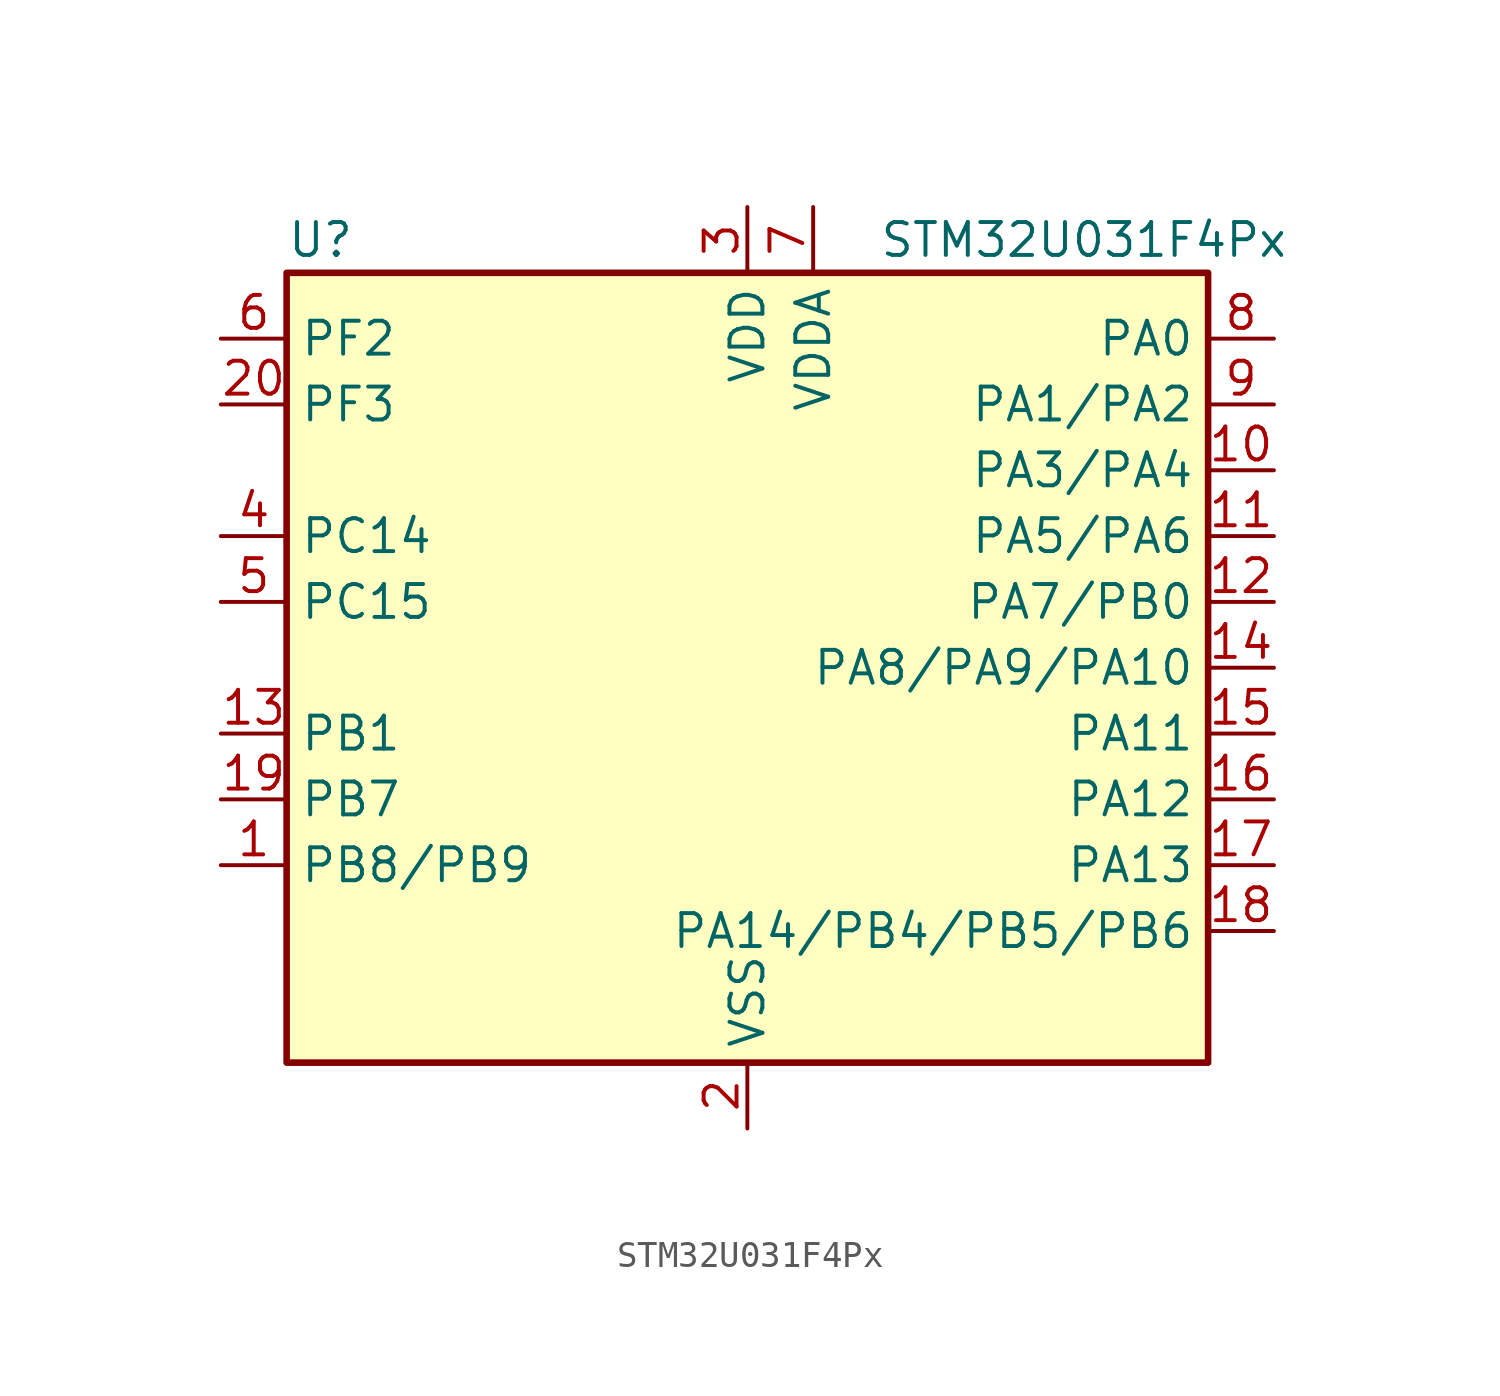
<source format=kicad_sym>
(kicad_symbol_lib
  (version 20231120)
  (generator "kicad_symbol_editor")
  (generator_version "8.99")
  (symbol "STM32U031F4Px"
    (property "Reference" "U"
      (at -17.78 16.51 0)
      (effects (font (size 1.27 1.27)) (justify left)))
    (property "Value" "STM32U031F4Px"
      (at 5.08 16.51 0)
      (effects (font (size 1.27 1.27)) (justify left)))
    (property "ki_locked" ""
      (at 0 0 0)
      (effects (font (size 1.27 1.27))))
    (symbol "STM32U031F4Px_0_1"
      (rectangle (start -17.78 -15.24) (end 17.78 15.24) (stroke (width 0.254) (type default)) (fill (type background))))
    (symbol "STM32U031F4Px_1_1"
      (pin bidirectional line (at -20.32 -7.62 0) (length 2.54) (name "PB8/PB9" (effects (font (size 1.27 1.27)))) (number "1" (effects (font (size 1.27 1.27)))) (alternate "I2C1_SCL" bidirectional line) (alternate "I2C2_SCL" bidirectional line) (alternate "LPTIM1_IN2" bidirectional line) (alternate "TIM16_CH1" bidirectional line) (alternate "USART3_TX" bidirectional line))
      (pin bidirectional line (at 20.32 7.62 180) (length 2.54) (name "PA3/PA4" (effects (font (size 1.27 1.27)))) (number "10" (effects (font (size 1.27 1.27)))) (alternate "ADC1_IN7" bidirectional line) (alternate "LPUART1_RX" bidirectional line) (alternate "OPAMP1_VOUT" bidirectional line) (alternate "TIM15_CH2" bidirectional line) (alternate "TIM2_CH4" bidirectional line) (alternate "USART2_RX" bidirectional line))
      (pin bidirectional line (at 20.32 5.08 180) (length 2.54) (name "PA5/PA6" (effects (font (size 1.27 1.27)))) (number "11" (effects (font (size 1.27 1.27)))) (alternate "ADC1_IN9" bidirectional line) (alternate "COMP1_INM" bidirectional line) (alternate "LPTIM2_ETR" bidirectional line) (alternate "SPI1_SCK" bidirectional line) (alternate "TIM2_CH1" bidirectional line) (alternate "TIM2_ETR" bidirectional line) (alternate "USART3_TX" bidirectional line))
      (pin bidirectional line (at 20.32 2.54 180) (length 2.54) (name "PA7/PB0" (effects (font (size 1.27 1.27)))) (number "12" (effects (font (size 1.27 1.27)))) (alternate "ADC1_IN14" bidirectional line) (alternate "I2C2_SCL" bidirectional line) (alternate "I2C3_SCL" bidirectional line) (alternate "LPTIM2_CH2" bidirectional line) (alternate "SPI1_MOSI" bidirectional line) (alternate "TIM1_CH1N" bidirectional line) (alternate "TIM3_CH2" bidirectional line) (alternate "USART3_RX" bidirectional line))
      (pin bidirectional line (at -20.32 -2.54 0) (length 2.54) (name "PB1" (effects (font (size 1.27 1.27)))) (number "13" (effects (font (size 1.27 1.27)))) (alternate "ADC1_IN18" bidirectional line) (alternate "COMP1_INM" bidirectional line) (alternate "LPTIM2_IN1" bidirectional line) (alternate "LPUART1_DE" bidirectional line) (alternate "LPUART1_RTS" bidirectional line) (alternate "LPUART2_DE" bidirectional line) (alternate "LPUART2_RTS" bidirectional line) (alternate "TIM1_CH3N" bidirectional line) (alternate "TIM3_CH4" bidirectional line) (alternate "TSC_SYNC" bidirectional line) (alternate "USART3_DE" bidirectional line) (alternate "USART3_RTS" bidirectional line))
      (pin bidirectional line (at 20.32 0 180) (length 2.54) (name "PA8/PA9/PA10" (effects (font (size 1.27 1.27)))) (number "14" (effects (font (size 1.27 1.27)))) (alternate "LPTIM2_CH1" bidirectional line) (alternate "RCC_MCO" bidirectional line) (alternate "RCC_MCO2" bidirectional line) (alternate "TIM1_CH1" bidirectional line) (alternate "TSC_G7_IO1" bidirectional line) (alternate "USART1_CK" bidirectional line))
      (pin bidirectional line (at 20.32 -2.54 180) (length 2.54) (name "PA11" (effects (font (size 1.27 1.27)))) (number "15" (effects (font (size 1.27 1.27)))) (alternate "ADC1_EXTI11" bidirectional line) (alternate "COMP1_OUT" bidirectional line) (alternate "SPI1_MISO" bidirectional line) (alternate "SPI2_MISO" bidirectional line) (alternate "TIM1_BKIN2" bidirectional line) (alternate "TIM1_CH4" bidirectional line) (alternate "USART1_CTS" bidirectional line))
      (pin bidirectional line (at 20.32 -5.08 180) (length 2.54) (name "PA12" (effects (font (size 1.27 1.27)))) (number "16" (effects (font (size 1.27 1.27)))) (alternate "SPI1_MOSI" bidirectional line) (alternate "SPI2_MOSI" bidirectional line) (alternate "TIM1_ETR" bidirectional line) (alternate "USART1_DE" bidirectional line) (alternate "USART1_RTS" bidirectional line))
      (pin bidirectional line (at 20.32 -7.62 180) (length 2.54) (name "PA13" (effects (font (size 1.27 1.27)))) (number "17" (effects (font (size 1.27 1.27)))) (alternate "DEBUG_JTMS-SWDIO" bidirectional line) (alternate "IR_OUT" bidirectional line) (alternate "TSC_G7_IO4" bidirectional line))
      (pin bidirectional line (at 20.32 -10.16 180) (length 2.54) (name "PA14/PB4/PB5/PB6" (effects (font (size 1.27 1.27)))) (number "18" (effects (font (size 1.27 1.27)))) (alternate "DEBUG_JTCK-SWCLK" bidirectional line) (alternate "LPTIM1_CH1" bidirectional line) (alternate "TSC_G3_IO4" bidirectional line))
      (pin bidirectional line (at -20.32 -5.08 0) (length 2.54) (name "PB7" (effects (font (size 1.27 1.27)))) (number "19" (effects (font (size 1.27 1.27)))) (alternate "I2C1_SDA" bidirectional line) (alternate "I2C2_SDA" bidirectional line) (alternate "LPTIM1_IN2" bidirectional line) (alternate "LPUART2_RX" bidirectional line) (alternate "TSC_G2_IO4" bidirectional line) (alternate "USART1_RX" bidirectional line) (alternate "USART4_CTS" bidirectional line))
      (pin power_in line (at 0 -17.78 90) (length 2.54) (name "VSS" (effects (font (size 1.27 1.27)))) (number "2" (effects (font (size 1.27 1.27)))))
      (pin bidirectional line (at -20.32 10.16 0) (length 2.54) (name "PF3" (effects (font (size 1.27 1.27)))) (number "20" (effects (font (size 1.27 1.27)))))
      (pin power_in line (at 0 17.78 270) (length 2.54) (name "VDD" (effects (font (size 1.27 1.27)))) (number "3" (effects (font (size 1.27 1.27)))))
      (pin bidirectional line (at -20.32 5.08 0) (length 2.54) (name "PC14" (effects (font (size 1.27 1.27)))) (number "4" (effects (font (size 1.27 1.27)))) (alternate "RCC_OSC32_IN" bidirectional line))
      (pin bidirectional line (at -20.32 2.54 0) (length 2.54) (name "PC15" (effects (font (size 1.27 1.27)))) (number "5" (effects (font (size 1.27 1.27)))) (alternate "RCC_OSC32_EN" bidirectional line) (alternate "RCC_OSC32_OUT" bidirectional line) (alternate "RCC_OSC_EN" bidirectional line))
      (pin bidirectional line (at -20.32 12.7 0) (length 2.54) (name "PF2" (effects (font (size 1.27 1.27)))) (number "6" (effects (font (size 1.27 1.27)))) (alternate "RCC_MCO" bidirectional line))
      (pin power_in line (at 2.54 17.78 270) (length 2.54) (name "VDDA" (effects (font (size 1.27 1.27)))) (number "7" (effects (font (size 1.27 1.27)))))
      (pin bidirectional line (at 20.32 12.7 180) (length 2.54) (name "PA0" (effects (font (size 1.27 1.27)))) (number "8" (effects (font (size 1.27 1.27)))) (alternate "ADC1_IN4" bidirectional line) (alternate "COMP1_INM" bidirectional line) (alternate "COMP1_OUT" bidirectional line) (alternate "OPAMP1_VINP" bidirectional line) (alternate "PWR_WKUP1" bidirectional line) (alternate "TAMP_IN2" bidirectional line) (alternate "TIM2_CH1" bidirectional line) (alternate "TIM2_ETR" bidirectional line) (alternate "USART2_CTS" bidirectional line) (alternate "USART4_TX" bidirectional line))
      (pin bidirectional line (at 20.32 10.16 180) (length 2.54) (name "PA1/PA2" (effects (font (size 1.27 1.27)))) (number "9" (effects (font (size 1.27 1.27)))) (alternate "ADC1_IN5" bidirectional line) (alternate "COMP1_INP" bidirectional line) (alternate "LPTIM1_CH2" bidirectional line) (alternate "OPAMP1_VINM" bidirectional line) (alternate "PWR_WKUP3" bidirectional line) (alternate "SPI1_SCK" bidirectional line) (alternate "SPI2_SCK" bidirectional line) (alternate "TAMP_IN5" bidirectional line) (alternate "TIM15_CH1N" bidirectional line) (alternate "TIM2_CH2" bidirectional line) (alternate "USART2_DE" bidirectional line) (alternate "USART2_RTS" bidirectional line) (alternate "USART4_RX" bidirectional line)))))
</source>
